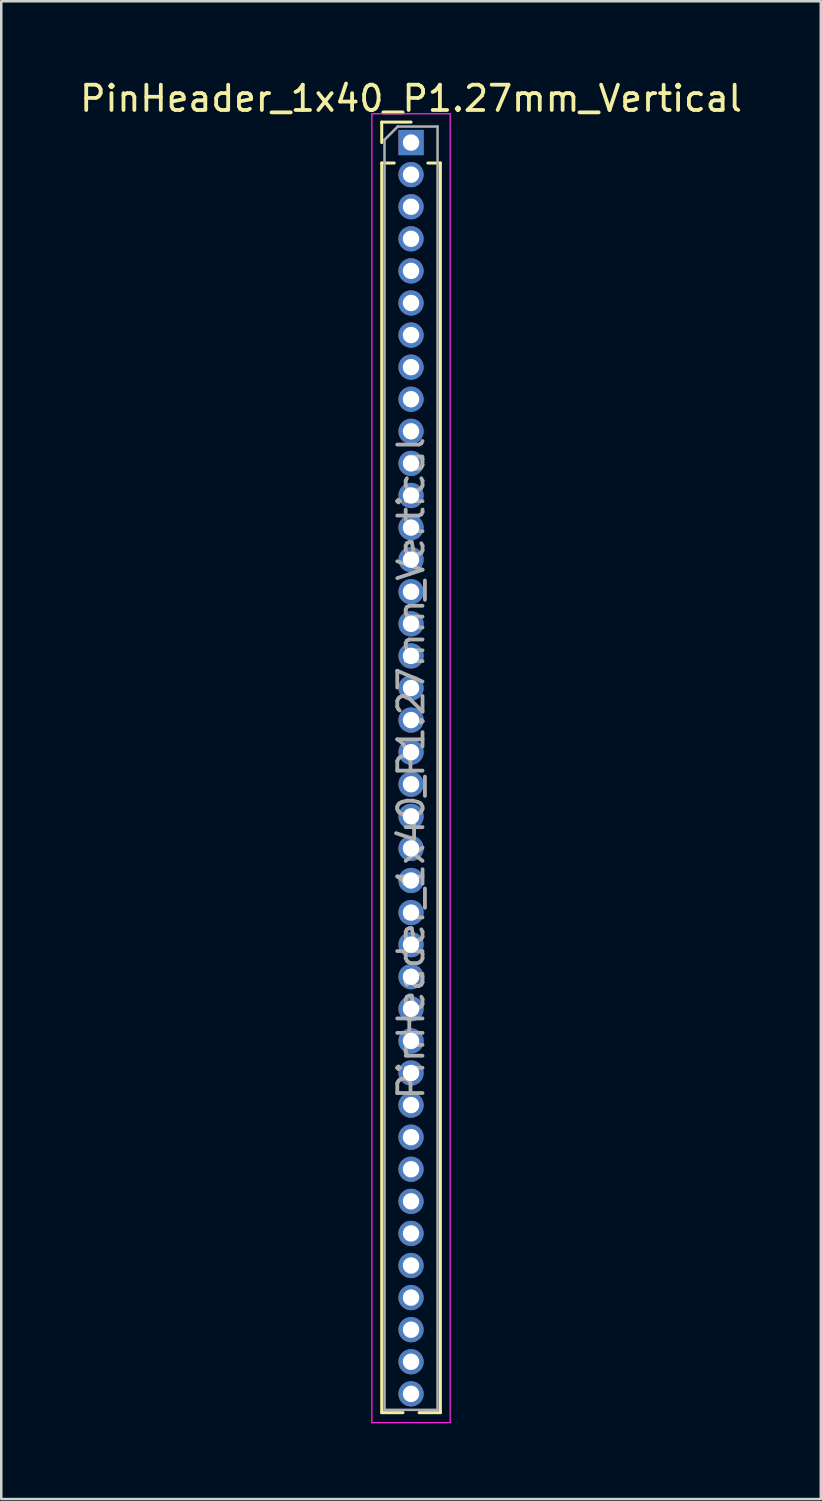
<source format=kicad_pcb>
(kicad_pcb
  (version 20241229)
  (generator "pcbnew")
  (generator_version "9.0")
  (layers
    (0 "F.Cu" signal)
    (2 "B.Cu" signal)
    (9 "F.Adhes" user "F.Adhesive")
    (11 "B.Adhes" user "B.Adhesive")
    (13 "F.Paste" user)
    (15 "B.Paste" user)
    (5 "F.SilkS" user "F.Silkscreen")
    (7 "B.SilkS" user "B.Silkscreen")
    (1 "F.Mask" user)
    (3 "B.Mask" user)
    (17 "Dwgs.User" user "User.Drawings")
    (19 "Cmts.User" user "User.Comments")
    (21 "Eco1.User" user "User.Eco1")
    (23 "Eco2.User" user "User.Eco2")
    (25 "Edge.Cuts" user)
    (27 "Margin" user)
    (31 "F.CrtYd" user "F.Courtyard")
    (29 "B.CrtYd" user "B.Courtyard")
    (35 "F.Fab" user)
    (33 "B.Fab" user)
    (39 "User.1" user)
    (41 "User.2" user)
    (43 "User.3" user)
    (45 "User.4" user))
  (footprint "PinHeader_1x40_P1.27mm_Vertical"
    (layer "F.Cu")
    (at 13.22 2.593)
    (property "Reference" "PinHeader_1x40_P1.27mm_Vertical" (at 0 -1.745 0) (layer "F.SilkS") (effects (font (size 1 1) (thickness 0.15))))
    (attr through_hole)
    (fp_line (start -1.16 -0.81) (end 0 -0.81) (stroke (width 0.12) (type solid)) (layer "F.SilkS"))
    (fp_line (start -1.16 0) (end -1.16 -0.81) (stroke (width 0.12) (type solid)) (layer "F.SilkS"))
    (fp_line (start -1.16 0.81) (end -1.16 50.275) (stroke (width 0.12) (type solid)) (layer "F.SilkS"))
    (fp_line (start -1.16 0.81) (end -0.667 0.81) (stroke (width 0.12) (type solid)) (layer "F.SilkS"))
    (fp_line (start -1.16 50.275) (end -0.318 50.275) (stroke (width 0.12) (type solid)) (layer "F.SilkS"))
    (fp_line (start 0.318 50.275) (end 1.16 50.275) (stroke (width 0.12) (type solid)) (layer "F.SilkS"))
    (fp_line (start 0.667 0.81) (end 1.16 0.81) (stroke (width 0.12) (type solid)) (layer "F.SilkS"))
    (fp_line (start 1.16 0.81) (end 1.16 50.275) (stroke (width 0.12) (type solid)) (layer "F.SilkS"))
    (fp_line (start -1.55 -1.14) (end -1.55 50.67) (stroke (width 0.05) (type solid)) (layer "F.CrtYd"))
    (fp_line (start -1.55 50.67) (end 1.55 50.67) (stroke (width 0.05) (type solid)) (layer "F.CrtYd"))
    (fp_line (start 1.55 -1.14) (end -1.55 -1.14) (stroke (width 0.05) (type solid)) (layer "F.CrtYd"))
    (fp_line (start 1.55 50.67) (end 1.55 -1.14) (stroke (width 0.05) (type solid)) (layer "F.CrtYd"))
    (fp_line (start -1.05 -0.11) (end -0.525 -0.635) (stroke (width 0.1) (type solid)) (layer "F.Fab"))
    (fp_line (start -1.05 50.165) (end -1.05 -0.11) (stroke (width 0.1) (type solid)) (layer "F.Fab"))
    (fp_line (start -0.525 -0.635) (end 1.05 -0.635) (stroke (width 0.1) (type solid)) (layer "F.Fab"))
    (fp_line (start 1.05 -0.635) (end 1.05 50.165) (stroke (width 0.1) (type solid)) (layer "F.Fab"))
    (fp_line (start 1.05 50.165) (end -1.05 50.165) (stroke (width 0.1) (type solid)) (layer "F.Fab"))
    (fp_text user "${REFERENCE}" (at 0 24.765 90) (layer "F.Fab") (effects (font (size 1 1) (thickness 0.15))))
    (pad "1" thru_hole rect (at 0 0) (size 1 1) (drill 0.65) (layers "*.Cu" "*.Mask"))
    (pad "2" thru_hole circle (at 0 1.27) (size 1 1) (drill 0.65) (layers "*.Cu" "*.Mask"))
    (pad "3" thru_hole circle (at 0 2.54) (size 1 1) (drill 0.65) (layers "*.Cu" "*.Mask"))
    (pad "4" thru_hole circle (at 0 3.81) (size 1 1) (drill 0.65) (layers "*.Cu" "*.Mask"))
    (pad "5" thru_hole circle (at 0 5.08) (size 1 1) (drill 0.65) (layers "*.Cu" "*.Mask"))
    (pad "6" thru_hole circle (at 0 6.35) (size 1 1) (drill 0.65) (layers "*.Cu" "*.Mask"))
    (pad "7" thru_hole circle (at 0 7.62) (size 1 1) (drill 0.65) (layers "*.Cu" "*.Mask"))
    (pad "8" thru_hole circle (at 0 8.89) (size 1 1) (drill 0.65) (layers "*.Cu" "*.Mask"))
    (pad "9" thru_hole circle (at 0 10.16) (size 1 1) (drill 0.65) (layers "*.Cu" "*.Mask"))
    (pad "10" thru_hole circle (at 0 11.43) (size 1 1) (drill 0.65) (layers "*.Cu" "*.Mask"))
    (pad "11" thru_hole circle (at 0 12.7) (size 1 1) (drill 0.65) (layers "*.Cu" "*.Mask"))
    (pad "12" thru_hole circle (at 0 13.97) (size 1 1) (drill 0.65) (layers "*.Cu" "*.Mask"))
    (pad "13" thru_hole circle (at 0 15.24) (size 1 1) (drill 0.65) (layers "*.Cu" "*.Mask"))
    (pad "14" thru_hole circle (at 0 16.51) (size 1 1) (drill 0.65) (layers "*.Cu" "*.Mask"))
    (pad "15" thru_hole circle (at 0 17.78) (size 1 1) (drill 0.65) (layers "*.Cu" "*.Mask"))
    (pad "16" thru_hole circle (at 0 19.05) (size 1 1) (drill 0.65) (layers "*.Cu" "*.Mask"))
    (pad "17" thru_hole circle (at 0 20.32) (size 1 1) (drill 0.65) (layers "*.Cu" "*.Mask"))
    (pad "18" thru_hole circle (at 0 21.59) (size 1 1) (drill 0.65) (layers "*.Cu" "*.Mask"))
    (pad "19" thru_hole circle (at 0 22.86) (size 1 1) (drill 0.65) (layers "*.Cu" "*.Mask"))
    (pad "20" thru_hole circle (at 0 24.13) (size 1 1) (drill 0.65) (layers "*.Cu" "*.Mask"))
    (pad "21" thru_hole circle (at 0 25.4) (size 1 1) (drill 0.65) (layers "*.Cu" "*.Mask"))
    (pad "22" thru_hole circle (at 0 26.67) (size 1 1) (drill 0.65) (layers "*.Cu" "*.Mask"))
    (pad "23" thru_hole circle (at 0 27.94) (size 1 1) (drill 0.65) (layers "*.Cu" "*.Mask"))
    (pad "24" thru_hole circle (at 0 29.21) (size 1 1) (drill 0.65) (layers "*.Cu" "*.Mask"))
    (pad "25" thru_hole circle (at 0 30.48) (size 1 1) (drill 0.65) (layers "*.Cu" "*.Mask"))
    (pad "26" thru_hole circle (at 0 31.75) (size 1 1) (drill 0.65) (layers "*.Cu" "*.Mask"))
    (pad "27" thru_hole circle (at 0 33.02) (size 1 1) (drill 0.65) (layers "*.Cu" "*.Mask"))
    (pad "28" thru_hole circle (at 0 34.29) (size 1 1) (drill 0.65) (layers "*.Cu" "*.Mask"))
    (pad "29" thru_hole circle (at 0 35.56) (size 1 1) (drill 0.65) (layers "*.Cu" "*.Mask"))
    (pad "30" thru_hole circle (at 0 36.83) (size 1 1) (drill 0.65) (layers "*.Cu" "*.Mask"))
    (pad "31" thru_hole circle (at 0 38.1) (size 1 1) (drill 0.65) (layers "*.Cu" "*.Mask"))
    (pad "32" thru_hole circle (at 0 39.37) (size 1 1) (drill 0.65) (layers "*.Cu" "*.Mask"))
    (pad "33" thru_hole circle (at 0 40.64) (size 1 1) (drill 0.65) (layers "*.Cu" "*.Mask"))
    (pad "34" thru_hole circle (at 0 41.91) (size 1 1) (drill 0.65) (layers "*.Cu" "*.Mask"))
    (pad "35" thru_hole circle (at 0 43.18) (size 1 1) (drill 0.65) (layers "*.Cu" "*.Mask"))
    (pad "36" thru_hole circle (at 0 44.45) (size 1 1) (drill 0.65) (layers "*.Cu" "*.Mask"))
    (pad "37" thru_hole circle (at 0 45.72) (size 1 1) (drill 0.65) (layers "*.Cu" "*.Mask"))
    (pad "38" thru_hole circle (at 0 46.99) (size 1 1) (drill 0.65) (layers "*.Cu" "*.Mask"))
    (pad "39" thru_hole circle (at 0 48.26) (size 1 1) (drill 0.65) (layers "*.Cu" "*.Mask"))
    (pad "40" thru_hole circle (at 0 49.53) (size 1 1) (drill 0.65) (layers "*.Cu" "*.Mask")))
  (gr_rect
    (start -3 -3)
    (end 29.44 56.288)
    (stroke (width 0.1) (type default))
    (fill no)
    (layer "Edge.Cuts")))
</source>
